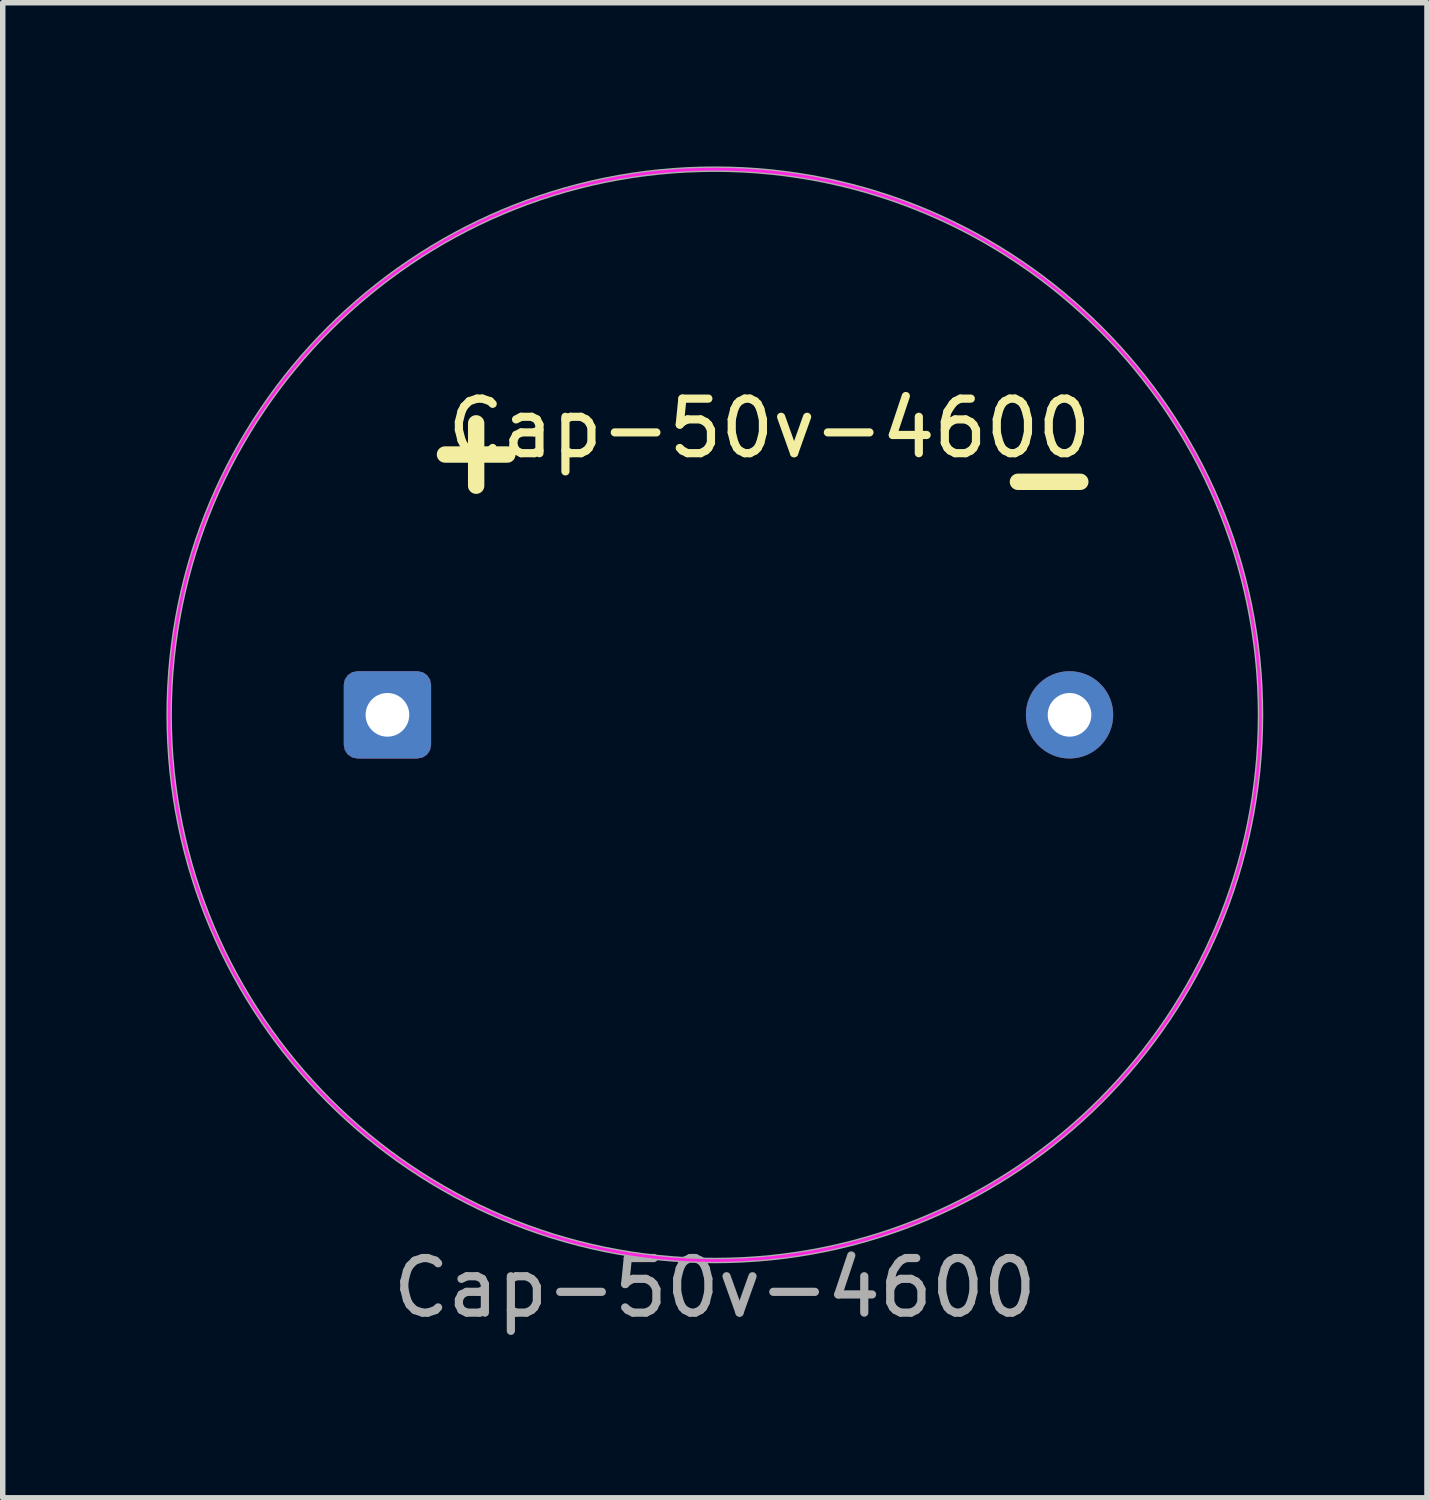
<source format=kicad_pcb>
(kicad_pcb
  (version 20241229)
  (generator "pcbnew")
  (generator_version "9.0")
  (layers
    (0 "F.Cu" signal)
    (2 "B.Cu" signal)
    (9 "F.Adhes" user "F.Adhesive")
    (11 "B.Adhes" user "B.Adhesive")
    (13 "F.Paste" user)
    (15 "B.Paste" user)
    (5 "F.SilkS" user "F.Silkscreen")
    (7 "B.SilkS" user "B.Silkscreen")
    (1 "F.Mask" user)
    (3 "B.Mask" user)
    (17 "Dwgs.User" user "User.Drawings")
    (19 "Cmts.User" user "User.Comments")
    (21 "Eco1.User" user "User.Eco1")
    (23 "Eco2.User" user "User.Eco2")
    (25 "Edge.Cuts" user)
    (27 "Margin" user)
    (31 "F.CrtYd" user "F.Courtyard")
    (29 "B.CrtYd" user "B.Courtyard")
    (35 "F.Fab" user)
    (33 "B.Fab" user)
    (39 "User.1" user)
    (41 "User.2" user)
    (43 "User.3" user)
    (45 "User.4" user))
  (footprint "Cap-50v-4600"
    (layer "F.Cu")
    (at 10.05 10.05)
    (property "Reference" "Cap-50v-4600" (at 1 -5.25 0) (layer "F.SilkS") (effects (font (size 1 1) (thickness 0.15))))
    (attr through_hole)
    (fp_circle (center 0 0) (end 10 0) (stroke (width 0.05) (type solid)) (fill no) (layer "F.CrtYd"))
    (fp_circle (center 0 0) (end 10 0) (stroke (width 0.1) (type solid)) (fill no) (layer "F.Fab"))
    (fp_text user "-" (at 5 -3.5 0) (unlocked yes) (layer "F.SilkS") (effects (font (size 1.5 1.5) (thickness 0.3) (bold yes)) (justify left bottom)))
    (fp_text user "+" (at -5.5 -4 0) (unlocked yes) (layer "F.SilkS") (effects (font (size 1.5 1.5) (thickness 0.3) (bold yes)) (justify left bottom)))
    (fp_text user "${REFERENCE}" (at 0 10.5 0) (layer "F.Fab") (effects (font (size 1 1) (thickness 0.15))))
    (pad "1" thru_hole roundrect (at -6 0) (size 1.6 1.6) (drill 0.8) (layers "*.Cu" "*.Mask") (roundrect_rratio 0.156))
    (pad "2" thru_hole circle (at 6.5 0) (size 1.6 1.6) (drill 0.8) (layers "*.Cu" "*.Mask")))
  (gr_rect
    (start -3 -3)
    (end 23.1 24.398)
    (stroke (width 0.1) (type default))
    (fill no)
    (layer "Edge.Cuts")))
</source>
